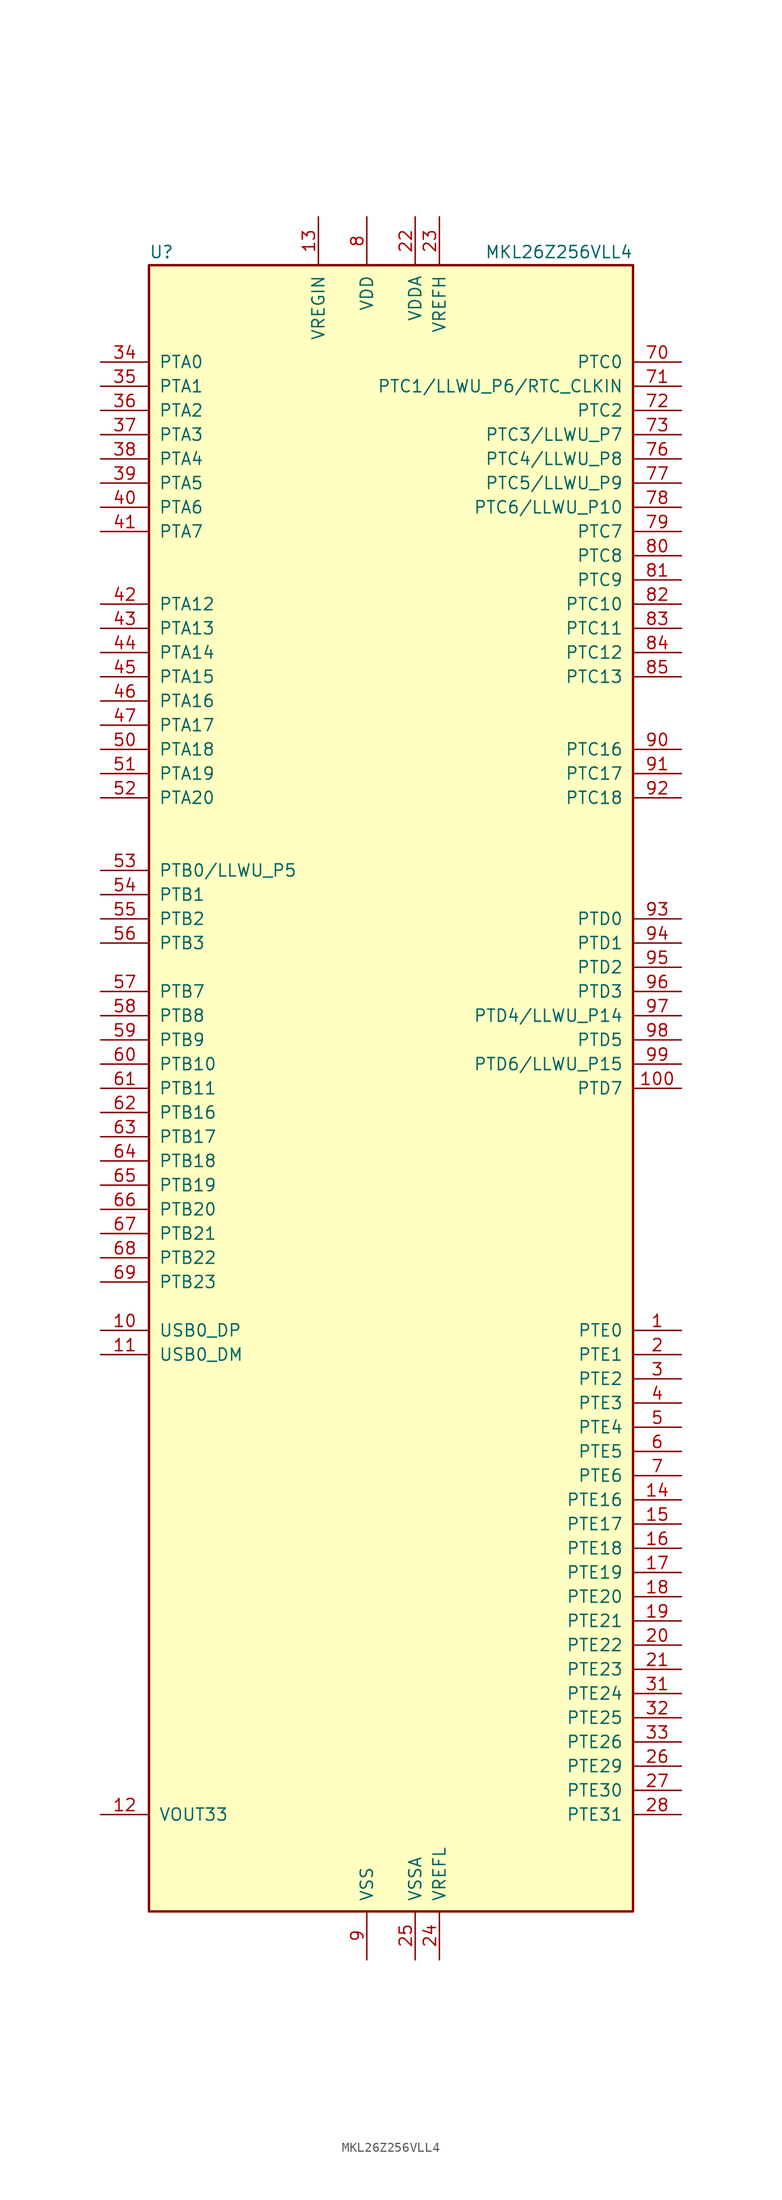
<source format=kicad_sym>
(kicad_symbol_lib
  (version 20200908)
  (generator kicad_symbol_editor)
  (symbol "MCU_NXP_Kinetis:MKL26Z256VLL4"
    (pin_names
      (offset 1.016))
    (property "Reference" "U"
      (at -25.4 86.995 0)
      (effects (font (size 1.27 1.27)) (justify left bottom)))
    (property "Value" "MKL26Z256VLL4"
      (at 25.4 86.995 0)
      (effects (font (size 1.27 1.27)) (justify right bottom)))
    (symbol "MKL26Z256VLL4_0_1"
      (rectangle (start -25.4 86.36) (end 25.4 -86.36) (stroke (width 0.254)) (fill (type background))))
    (symbol "MKL26Z256VLL4_1_1"
      (pin bidirectional line (at 30.48 -25.4 180) (length 5.08) (name "PTE0" (effects (font (size 1.27 1.27)))) (number "1" (effects (font (size 1.27 1.27)))))
      (pin bidirectional line (at -30.48 -25.4 0) (length 5.08) (name "USB0_DP" (effects (font (size 1.27 1.27)))) (number "10" (effects (font (size 1.27 1.27)))))
      (pin bidirectional line (at 30.48 0 180) (length 5.08) (name "PTD7" (effects (font (size 1.27 1.27)))) (number "100" (effects (font (size 1.27 1.27)))))
      (pin bidirectional line (at -30.48 -27.94 0) (length 5.08) (name "USB0_DM" (effects (font (size 1.27 1.27)))) (number "11" (effects (font (size 1.27 1.27)))))
      (pin power_out line (at -30.48 -76.2 0) (length 5.08) (name "VOUT33" (effects (font (size 1.27 1.27)))) (number "12" (effects (font (size 1.27 1.27)))))
      (pin power_in line (at -7.62 91.44 270) (length 5.08) (name "VREGIN" (effects (font (size 1.27 1.27)))) (number "13" (effects (font (size 1.27 1.27)))))
      (pin bidirectional line (at 30.48 -43.18 180) (length 5.08) (name "PTE16" (effects (font (size 1.27 1.27)))) (number "14" (effects (font (size 1.27 1.27)))))
      (pin bidirectional line (at 30.48 -45.72 180) (length 5.08) (name "PTE17" (effects (font (size 1.27 1.27)))) (number "15" (effects (font (size 1.27 1.27)))))
      (pin bidirectional line (at 30.48 -48.26 180) (length 5.08) (name "PTE18" (effects (font (size 1.27 1.27)))) (number "16" (effects (font (size 1.27 1.27)))))
      (pin bidirectional line (at 30.48 -50.8 180) (length 5.08) (name "PTE19" (effects (font (size 1.27 1.27)))) (number "17" (effects (font (size 1.27 1.27)))))
      (pin bidirectional line (at 30.48 -53.34 180) (length 5.08) (name "PTE20" (effects (font (size 1.27 1.27)))) (number "18" (effects (font (size 1.27 1.27)))))
      (pin bidirectional line (at 30.48 -55.88 180) (length 5.08) (name "PTE21" (effects (font (size 1.27 1.27)))) (number "19" (effects (font (size 1.27 1.27)))))
      (pin bidirectional line (at 30.48 -27.94 180) (length 5.08) (name "PTE1" (effects (font (size 1.27 1.27)))) (number "2" (effects (font (size 1.27 1.27)))))
      (pin bidirectional line (at 30.48 -58.42 180) (length 5.08) (name "PTE22" (effects (font (size 1.27 1.27)))) (number "20" (effects (font (size 1.27 1.27)))))
      (pin bidirectional line (at 30.48 -60.96 180) (length 5.08) (name "PTE23" (effects (font (size 1.27 1.27)))) (number "21" (effects (font (size 1.27 1.27)))))
      (pin power_in line (at 2.54 91.44 270) (length 5.08) (name "VDDA" (effects (font (size 1.27 1.27)))) (number "22" (effects (font (size 1.27 1.27)))))
      (pin power_in line (at 5.08 91.44 270) (length 5.08) (name "VREFH" (effects (font (size 1.27 1.27)))) (number "23" (effects (font (size 1.27 1.27)))))
      (pin power_in line (at 5.08 -91.44 90) (length 5.08) (name "VREFL" (effects (font (size 1.27 1.27)))) (number "24" (effects (font (size 1.27 1.27)))))
      (pin power_in line (at 2.54 -91.44 90) (length 5.08) (name "VSSA" (effects (font (size 1.27 1.27)))) (number "25" (effects (font (size 1.27 1.27)))))
      (pin bidirectional line (at 30.48 -71.12 180) (length 5.08) (name "PTE29" (effects (font (size 1.27 1.27)))) (number "26" (effects (font (size 1.27 1.27)))))
      (pin bidirectional line (at 30.48 -73.66 180) (length 5.08) (name "PTE30" (effects (font (size 1.27 1.27)))) (number "27" (effects (font (size 1.27 1.27)))))
      (pin bidirectional line (at 30.48 -76.2 180) (length 5.08) (name "PTE31" (effects (font (size 1.27 1.27)))) (number "28" (effects (font (size 1.27 1.27)))))
      (pin passive line (at -2.54 -91.44 90) (length 5.08) hide (name "VSS" (effects (font (size 1.27 1.27)))) (number "29" (effects (font (size 1.27 1.27)))))
      (pin bidirectional line (at 30.48 -30.48 180) (length 5.08) (name "PTE2" (effects (font (size 1.27 1.27)))) (number "3" (effects (font (size 1.27 1.27)))))
      (pin passive line (at -2.54 91.44 270) (length 5.08) hide (name "VDD" (effects (font (size 1.27 1.27)))) (number "30" (effects (font (size 1.27 1.27)))))
      (pin bidirectional line (at 30.48 -63.5 180) (length 5.08) (name "PTE24" (effects (font (size 1.27 1.27)))) (number "31" (effects (font (size 1.27 1.27)))))
      (pin bidirectional line (at 30.48 -66.04 180) (length 5.08) (name "PTE25" (effects (font (size 1.27 1.27)))) (number "32" (effects (font (size 1.27 1.27)))))
      (pin bidirectional line (at 30.48 -68.58 180) (length 5.08) (name "PTE26" (effects (font (size 1.27 1.27)))) (number "33" (effects (font (size 1.27 1.27)))))
      (pin bidirectional line (at -30.48 76.2 0) (length 5.08) (name "PTA0" (effects (font (size 1.27 1.27)))) (number "34" (effects (font (size 1.27 1.27)))))
      (pin bidirectional line (at -30.48 73.66 0) (length 5.08) (name "PTA1" (effects (font (size 1.27 1.27)))) (number "35" (effects (font (size 1.27 1.27)))))
      (pin bidirectional line (at -30.48 71.12 0) (length 5.08) (name "PTA2" (effects (font (size 1.27 1.27)))) (number "36" (effects (font (size 1.27 1.27)))))
      (pin bidirectional line (at -30.48 68.58 0) (length 5.08) (name "PTA3" (effects (font (size 1.27 1.27)))) (number "37" (effects (font (size 1.27 1.27)))))
      (pin bidirectional line (at -30.48 66.04 0) (length 5.08) (name "PTA4" (effects (font (size 1.27 1.27)))) (number "38" (effects (font (size 1.27 1.27)))))
      (pin bidirectional line (at -30.48 63.5 0) (length 5.08) (name "PTA5" (effects (font (size 1.27 1.27)))) (number "39" (effects (font (size 1.27 1.27)))))
      (pin bidirectional line (at 30.48 -33.02 180) (length 5.08) (name "PTE3" (effects (font (size 1.27 1.27)))) (number "4" (effects (font (size 1.27 1.27)))))
      (pin bidirectional line (at -30.48 60.96 0) (length 5.08) (name "PTA6" (effects (font (size 1.27 1.27)))) (number "40" (effects (font (size 1.27 1.27)))))
      (pin bidirectional line (at -30.48 58.42 0) (length 5.08) (name "PTA7" (effects (font (size 1.27 1.27)))) (number "41" (effects (font (size 1.27 1.27)))))
      (pin bidirectional line (at -30.48 50.8 0) (length 5.08) (name "PTA12" (effects (font (size 1.27 1.27)))) (number "42" (effects (font (size 1.27 1.27)))))
      (pin bidirectional line (at -30.48 48.26 0) (length 5.08) (name "PTA13" (effects (font (size 1.27 1.27)))) (number "43" (effects (font (size 1.27 1.27)))))
      (pin bidirectional line (at -30.48 45.72 0) (length 5.08) (name "PTA14" (effects (font (size 1.27 1.27)))) (number "44" (effects (font (size 1.27 1.27)))))
      (pin bidirectional line (at -30.48 43.18 0) (length 5.08) (name "PTA15" (effects (font (size 1.27 1.27)))) (number "45" (effects (font (size 1.27 1.27)))))
      (pin bidirectional line (at -30.48 40.64 0) (length 5.08) (name "PTA16" (effects (font (size 1.27 1.27)))) (number "46" (effects (font (size 1.27 1.27)))))
      (pin bidirectional line (at -30.48 38.1 0) (length 5.08) (name "PTA17" (effects (font (size 1.27 1.27)))) (number "47" (effects (font (size 1.27 1.27)))))
      (pin passive line (at -2.54 91.44 270) (length 5.08) hide (name "VDD" (effects (font (size 1.27 1.27)))) (number "48" (effects (font (size 1.27 1.27)))))
      (pin passive line (at -2.54 -91.44 90) (length 5.08) hide (name "VSS" (effects (font (size 1.27 1.27)))) (number "49" (effects (font (size 1.27 1.27)))))
      (pin bidirectional line (at 30.48 -35.56 180) (length 5.08) (name "PTE4" (effects (font (size 1.27 1.27)))) (number "5" (effects (font (size 1.27 1.27)))))
      (pin bidirectional line (at -30.48 35.56 0) (length 5.08) (name "PTA18" (effects (font (size 1.27 1.27)))) (number "50" (effects (font (size 1.27 1.27)))))
      (pin bidirectional line (at -30.48 33.02 0) (length 5.08) (name "PTA19" (effects (font (size 1.27 1.27)))) (number "51" (effects (font (size 1.27 1.27)))))
      (pin bidirectional line (at -30.48 30.48 0) (length 5.08) (name "PTA20" (effects (font (size 1.27 1.27)))) (number "52" (effects (font (size 1.27 1.27)))))
      (pin bidirectional line (at -30.48 22.86 0) (length 5.08) (name "PTB0/LLWU_P5" (effects (font (size 1.27 1.27)))) (number "53" (effects (font (size 1.27 1.27)))))
      (pin bidirectional line (at -30.48 20.32 0) (length 5.08) (name "PTB1" (effects (font (size 1.27 1.27)))) (number "54" (effects (font (size 1.27 1.27)))))
      (pin bidirectional line (at -30.48 17.78 0) (length 5.08) (name "PTB2" (effects (font (size 1.27 1.27)))) (number "55" (effects (font (size 1.27 1.27)))))
      (pin bidirectional line (at -30.48 15.24 0) (length 5.08) (name "PTB3" (effects (font (size 1.27 1.27)))) (number "56" (effects (font (size 1.27 1.27)))))
      (pin bidirectional line (at -30.48 10.16 0) (length 5.08) (name "PTB7" (effects (font (size 1.27 1.27)))) (number "57" (effects (font (size 1.27 1.27)))))
      (pin bidirectional line (at -30.48 7.62 0) (length 5.08) (name "PTB8" (effects (font (size 1.27 1.27)))) (number "58" (effects (font (size 1.27 1.27)))))
      (pin bidirectional line (at -30.48 5.08 0) (length 5.08) (name "PTB9" (effects (font (size 1.27 1.27)))) (number "59" (effects (font (size 1.27 1.27)))))
      (pin bidirectional line (at 30.48 -38.1 180) (length 5.08) (name "PTE5" (effects (font (size 1.27 1.27)))) (number "6" (effects (font (size 1.27 1.27)))))
      (pin bidirectional line (at -30.48 2.54 0) (length 5.08) (name "PTB10" (effects (font (size 1.27 1.27)))) (number "60" (effects (font (size 1.27 1.27)))))
      (pin bidirectional line (at -30.48 0 0) (length 5.08) (name "PTB11" (effects (font (size 1.27 1.27)))) (number "61" (effects (font (size 1.27 1.27)))))
      (pin bidirectional line (at -30.48 -2.54 0) (length 5.08) (name "PTB16" (effects (font (size 1.27 1.27)))) (number "62" (effects (font (size 1.27 1.27)))))
      (pin bidirectional line (at -30.48 -5.08 0) (length 5.08) (name "PTB17" (effects (font (size 1.27 1.27)))) (number "63" (effects (font (size 1.27 1.27)))))
      (pin bidirectional line (at -30.48 -7.62 0) (length 5.08) (name "PTB18" (effects (font (size 1.27 1.27)))) (number "64" (effects (font (size 1.27 1.27)))))
      (pin bidirectional line (at -30.48 -10.16 0) (length 5.08) (name "PTB19" (effects (font (size 1.27 1.27)))) (number "65" (effects (font (size 1.27 1.27)))))
      (pin bidirectional line (at -30.48 -12.7 0) (length 5.08) (name "PTB20" (effects (font (size 1.27 1.27)))) (number "66" (effects (font (size 1.27 1.27)))))
      (pin bidirectional line (at -30.48 -15.24 0) (length 5.08) (name "PTB21" (effects (font (size 1.27 1.27)))) (number "67" (effects (font (size 1.27 1.27)))))
      (pin bidirectional line (at -30.48 -17.78 0) (length 5.08) (name "PTB22" (effects (font (size 1.27 1.27)))) (number "68" (effects (font (size 1.27 1.27)))))
      (pin bidirectional line (at -30.48 -20.32 0) (length 5.08) (name "PTB23" (effects (font (size 1.27 1.27)))) (number "69" (effects (font (size 1.27 1.27)))))
      (pin bidirectional line (at 30.48 -40.64 180) (length 5.08) (name "PTE6" (effects (font (size 1.27 1.27)))) (number "7" (effects (font (size 1.27 1.27)))))
      (pin bidirectional line (at 30.48 76.2 180) (length 5.08) (name "PTC0" (effects (font (size 1.27 1.27)))) (number "70" (effects (font (size 1.27 1.27)))))
      (pin bidirectional line (at 30.48 73.66 180) (length 5.08) (name "PTC1/LLWU_P6/RTC_CLKIN" (effects (font (size 1.27 1.27)))) (number "71" (effects (font (size 1.27 1.27)))))
      (pin bidirectional line (at 30.48 71.12 180) (length 5.08) (name "PTC2" (effects (font (size 1.27 1.27)))) (number "72" (effects (font (size 1.27 1.27)))))
      (pin bidirectional line (at 30.48 68.58 180) (length 5.08) (name "PTC3/LLWU_P7" (effects (font (size 1.27 1.27)))) (number "73" (effects (font (size 1.27 1.27)))))
      (pin passive line (at -2.54 -91.44 90) (length 5.08) hide (name "VSS" (effects (font (size 1.27 1.27)))) (number "74" (effects (font (size 1.27 1.27)))))
      (pin passive line (at -2.54 91.44 270) (length 5.08) hide (name "VDD" (effects (font (size 1.27 1.27)))) (number "75" (effects (font (size 1.27 1.27)))))
      (pin bidirectional line (at 30.48 66.04 180) (length 5.08) (name "PTC4/LLWU_P8" (effects (font (size 1.27 1.27)))) (number "76" (effects (font (size 1.27 1.27)))))
      (pin bidirectional line (at 30.48 63.5 180) (length 5.08) (name "PTC5/LLWU_P9" (effects (font (size 1.27 1.27)))) (number "77" (effects (font (size 1.27 1.27)))))
      (pin bidirectional line (at 30.48 60.96 180) (length 5.08) (name "PTC6/LLWU_P10" (effects (font (size 1.27 1.27)))) (number "78" (effects (font (size 1.27 1.27)))))
      (pin bidirectional line (at 30.48 58.42 180) (length 5.08) (name "PTC7" (effects (font (size 1.27 1.27)))) (number "79" (effects (font (size 1.27 1.27)))))
      (pin power_in line (at -2.54 91.44 270) (length 5.08) (name "VDD" (effects (font (size 1.27 1.27)))) (number "8" (effects (font (size 1.27 1.27)))))
      (pin bidirectional line (at 30.48 55.88 180) (length 5.08) (name "PTC8" (effects (font (size 1.27 1.27)))) (number "80" (effects (font (size 1.27 1.27)))))
      (pin bidirectional line (at 30.48 53.34 180) (length 5.08) (name "PTC9" (effects (font (size 1.27 1.27)))) (number "81" (effects (font (size 1.27 1.27)))))
      (pin bidirectional line (at 30.48 50.8 180) (length 5.08) (name "PTC10" (effects (font (size 1.27 1.27)))) (number "82" (effects (font (size 1.27 1.27)))))
      (pin bidirectional line (at 30.48 48.26 180) (length 5.08) (name "PTC11" (effects (font (size 1.27 1.27)))) (number "83" (effects (font (size 1.27 1.27)))))
      (pin bidirectional line (at 30.48 45.72 180) (length 5.08) (name "PTC12" (effects (font (size 1.27 1.27)))) (number "84" (effects (font (size 1.27 1.27)))))
      (pin bidirectional line (at 30.48 43.18 180) (length 5.08) (name "PTC13" (effects (font (size 1.27 1.27)))) (number "85" (effects (font (size 1.27 1.27)))))
      (pin unconnected line (at -25.4 -63.5 0) (length 5.08) hide (name "NC" (effects (font (size 1.27 1.27)))) (number "86" (effects (font (size 1.27 1.27)))))
      (pin unconnected line (at -25.4 -66.04 0) (length 5.08) hide (name "NC" (effects (font (size 1.27 1.27)))) (number "87" (effects (font (size 1.27 1.27)))))
      (pin unconnected line (at -25.4 -68.58 0) (length 5.08) hide (name "NC" (effects (font (size 1.27 1.27)))) (number "88" (effects (font (size 1.27 1.27)))))
      (pin unconnected line (at -25.4 -71.12 0) (length 5.08) hide (name "NC" (effects (font (size 1.27 1.27)))) (number "89" (effects (font (size 1.27 1.27)))))
      (pin power_in line (at -2.54 -91.44 90) (length 5.08) (name "VSS" (effects (font (size 1.27 1.27)))) (number "9" (effects (font (size 1.27 1.27)))))
      (pin bidirectional line (at 30.48 35.56 180) (length 5.08) (name "PTC16" (effects (font (size 1.27 1.27)))) (number "90" (effects (font (size 1.27 1.27)))))
      (pin bidirectional line (at 30.48 33.02 180) (length 5.08) (name "PTC17" (effects (font (size 1.27 1.27)))) (number "91" (effects (font (size 1.27 1.27)))))
      (pin bidirectional line (at 30.48 30.48 180) (length 5.08) (name "PTC18" (effects (font (size 1.27 1.27)))) (number "92" (effects (font (size 1.27 1.27)))))
      (pin bidirectional line (at 30.48 17.78 180) (length 5.08) (name "PTD0" (effects (font (size 1.27 1.27)))) (number "93" (effects (font (size 1.27 1.27)))))
      (pin bidirectional line (at 30.48 15.24 180) (length 5.08) (name "PTD1" (effects (font (size 1.27 1.27)))) (number "94" (effects (font (size 1.27 1.27)))))
      (pin bidirectional line (at 30.48 12.7 180) (length 5.08) (name "PTD2" (effects (font (size 1.27 1.27)))) (number "95" (effects (font (size 1.27 1.27)))))
      (pin bidirectional line (at 30.48 10.16 180) (length 5.08) (name "PTD3" (effects (font (size 1.27 1.27)))) (number "96" (effects (font (size 1.27 1.27)))))
      (pin bidirectional line (at 30.48 7.62 180) (length 5.08) (name "PTD4/LLWU_P14" (effects (font (size 1.27 1.27)))) (number "97" (effects (font (size 1.27 1.27)))))
      (pin bidirectional line (at 30.48 5.08 180) (length 5.08) (name "PTD5" (effects (font (size 1.27 1.27)))) (number "98" (effects (font (size 1.27 1.27)))))
      (pin bidirectional line (at 30.48 2.54 180) (length 5.08) (name "PTD6/LLWU_P15" (effects (font (size 1.27 1.27)))) (number "99" (effects (font (size 1.27 1.27))))))))
</source>
